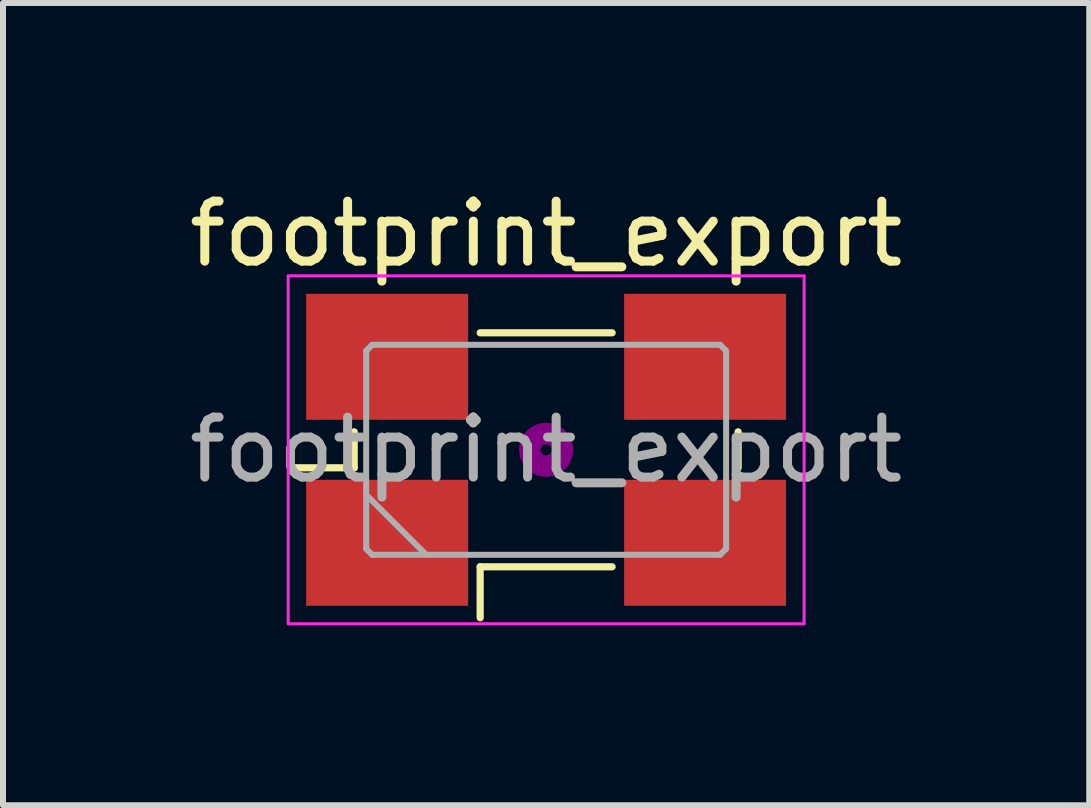
<source format=kicad_pcb>
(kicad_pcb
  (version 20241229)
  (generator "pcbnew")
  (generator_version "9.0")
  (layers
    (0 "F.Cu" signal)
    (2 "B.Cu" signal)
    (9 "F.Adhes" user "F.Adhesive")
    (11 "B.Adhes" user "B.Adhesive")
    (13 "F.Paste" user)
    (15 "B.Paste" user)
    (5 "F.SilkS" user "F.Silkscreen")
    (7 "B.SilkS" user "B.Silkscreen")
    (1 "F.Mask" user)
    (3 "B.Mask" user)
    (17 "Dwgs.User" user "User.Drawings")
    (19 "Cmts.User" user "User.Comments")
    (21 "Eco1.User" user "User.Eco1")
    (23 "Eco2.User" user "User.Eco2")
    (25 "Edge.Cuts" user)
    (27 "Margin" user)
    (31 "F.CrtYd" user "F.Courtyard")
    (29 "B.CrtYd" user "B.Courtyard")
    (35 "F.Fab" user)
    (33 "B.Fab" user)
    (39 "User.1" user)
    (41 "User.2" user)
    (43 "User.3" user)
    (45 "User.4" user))
  (footprint "footprint_export"
    (layer "F.Cu")
    (at 6.054 4.448)
    (property "Reference" "footprint_export" (at 0 -3.6 0) (layer "F.SilkS") (effects (font (size 1 1) (thickness 0.15))))
    (attr smd)
    (fp_line (start -4.2 0.3) (end -3.2 0.3) (stroke (width 0.12) (type solid)) (layer "F.SilkS"))
    (fp_line (start -3.2 0.3) (end -3.2 -0.3) (stroke (width 0.12) (type solid)) (layer "F.SilkS"))
    (fp_line (start -1.1 -1.95) (end 1.1 -1.95) (stroke (width 0.12) (type solid)) (layer "F.SilkS"))
    (fp_line (start -1.1 1.95) (end -1.1 2.8) (stroke (width 0.12) (type solid)) (layer "F.SilkS"))
    (fp_line (start 1.1 1.95) (end -1.1 1.95) (stroke (width 0.12) (type solid)) (layer "F.SilkS"))
    (fp_line (start 3.2 -0.3) (end 3.2 0.3) (stroke (width 0.12) (type solid)) (layer "F.SilkS"))
    (fp_circle (center 0 0) (end 0.093 0) (stroke (width 0.187) (type solid)) (fill no) (layer "F.Adhes"))
    (fp_circle (center 0 0) (end 0.213 0) (stroke (width 0.133) (type solid)) (fill no) (layer "F.Adhes"))
    (fp_circle (center 0 0) (end 0.333 0) (stroke (width 0.133) (type solid)) (fill no) (layer "F.Adhes"))
    (fp_circle (center 0 0) (end 0.4 0) (stroke (width 0.1) (type solid)) (fill no) (layer "F.Adhes"))
    (fp_line (start -4.3 -2.9) (end -4.3 2.9) (stroke (width 0.05) (type solid)) (layer "F.CrtYd"))
    (fp_line (start -4.3 2.9) (end 4.3 2.9) (stroke (width 0.05) (type solid)) (layer "F.CrtYd"))
    (fp_line (start 4.3 -2.9) (end -4.3 -2.9) (stroke (width 0.05) (type solid)) (layer "F.CrtYd"))
    (fp_line (start 4.3 2.9) (end 4.3 -2.9) (stroke (width 0.05) (type solid)) (layer "F.CrtYd"))
    (fp_line (start -3 -1.65) (end -2.9 -1.75) (stroke (width 0.1) (type solid)) (layer "F.Fab"))
    (fp_line (start -3 0.75) (end -2 1.75) (stroke (width 0.1) (type solid)) (layer "F.Fab"))
    (fp_line (start -3 1.65) (end -3 -1.65) (stroke (width 0.1) (type solid)) (layer "F.Fab"))
    (fp_line (start -2.9 -1.75) (end 2.9 -1.75) (stroke (width 0.1) (type solid)) (layer "F.Fab"))
    (fp_line (start -2.9 1.75) (end -3 1.65) (stroke (width 0.1) (type solid)) (layer "F.Fab"))
    (fp_line (start 2.9 -1.75) (end 3 -1.65) (stroke (width 0.1) (type solid)) (layer "F.Fab"))
    (fp_line (start 2.9 1.75) (end -2.9 1.75) (stroke (width 0.1) (type solid)) (layer "F.Fab"))
    (fp_line (start 3 -1.65) (end 3 1.65) (stroke (width 0.1) (type solid)) (layer "F.Fab"))
    (fp_line (start 3 1.65) (end 2.9 1.75) (stroke (width 0.1) (type solid)) (layer "F.Fab"))
    (fp_text user "${REFERENCE}" (at 0 0 0) (layer "F.Fab") (effects (font (size 1 1) (thickness 0.15))))
    (pad "1" smd rect (at -2.65 1.55) (size 2.7 2.1) (layers "F.Cu" "F.Mask" "F.Paste"))
    (pad "2" smd rect (at 2.65 1.55) (size 2.7 2.1) (layers "F.Cu" "F.Mask" "F.Paste"))
    (pad "3" smd rect (at 2.65 -1.55) (size 2.7 2.1) (layers "F.Cu" "F.Mask" "F.Paste"))
    (pad "4" smd rect (at -2.65 -1.55) (size 2.7 2.1) (layers "F.Cu" "F.Mask" "F.Paste")))
  (gr_rect
    (start -3 -3)
    (end 15.107 10.373)
    (stroke (width 0.1) (type default))
    (fill no)
    (layer "Edge.Cuts")))
</source>
